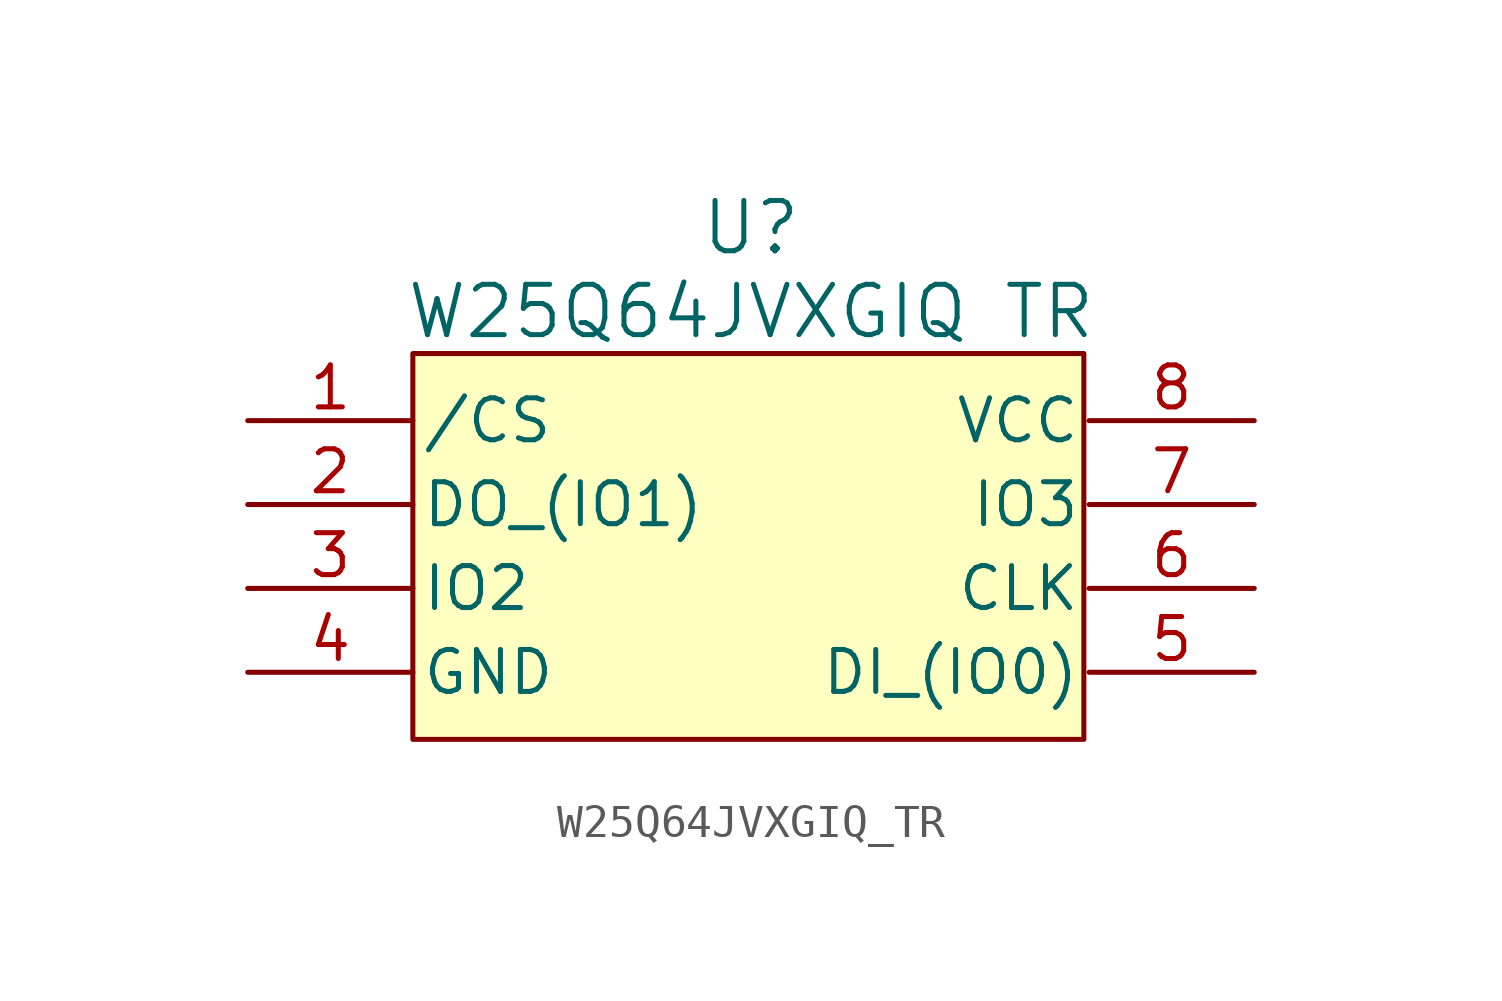
<source format=kicad_sym>
(kicad_symbol_lib
  (version 20220914)
  (generator kicad_symbol_editor)
  (symbol "W25Q64JVXGIQ_TR"
    (pin_names
      (offset 0.254))
    (property "Reference" "U"
      (at 0 10.414 0)
      (effects (font (size 1.524 1.524))))
    (property "Value" "W25Q64JVXGIQ TR"
      (at 0 7.874 0)
      (effects (font (size 1.524 1.524))))
    (property "ki_locked" ""
      (at 0 0 0)
      (effects (font (size 1.27 1.27))))
    (symbol "W25Q64JVXGIQ_TR_1_1"
      (rectangle (start -10.24 6.604) (end 10.08 -5.08) (stroke (width 0) (type default)) (fill (type background)))
      (pin unspecified line (at -15.24 4.572 0) (length 5) (name "/CS" (effects (font (size 1.27 1.27)))) (number "1" (effects (font (size 1.27 1.27)))))
      (pin unspecified line (at -15.24 2.032 0) (length 5) (name "DO_(IO1)" (effects (font (size 1.27 1.27)))) (number "2" (effects (font (size 1.27 1.27)))))
      (pin unspecified line (at -15.24 -0.508 0) (length 5) (name "IO2" (effects (font (size 1.27 1.27)))) (number "3" (effects (font (size 1.27 1.27)))))
      (pin power_out line (at -15.24 -3.048 0) (length 5) (name "GND" (effects (font (size 1.27 1.27)))) (number "4" (effects (font (size 1.27 1.27)))))
      (pin unspecified line (at 15.24 -3.048 180) (length 5) (name "DI_(IO0)" (effects (font (size 1.27 1.27)))) (number "5" (effects (font (size 1.27 1.27)))))
      (pin unspecified line (at 15.24 -0.508 180) (length 5) (name "CLK" (effects (font (size 1.27 1.27)))) (number "6" (effects (font (size 1.27 1.27)))))
      (pin unspecified line (at 15.24 2.032 180) (length 5) (name "IO3" (effects (font (size 1.27 1.27)))) (number "7" (effects (font (size 1.27 1.27)))))
      (pin power_in line (at 15.24 4.572 180) (length 5) (name "VCC" (effects (font (size 1.27 1.27)))) (number "8" (effects (font (size 1.27 1.27))))))))
</source>
